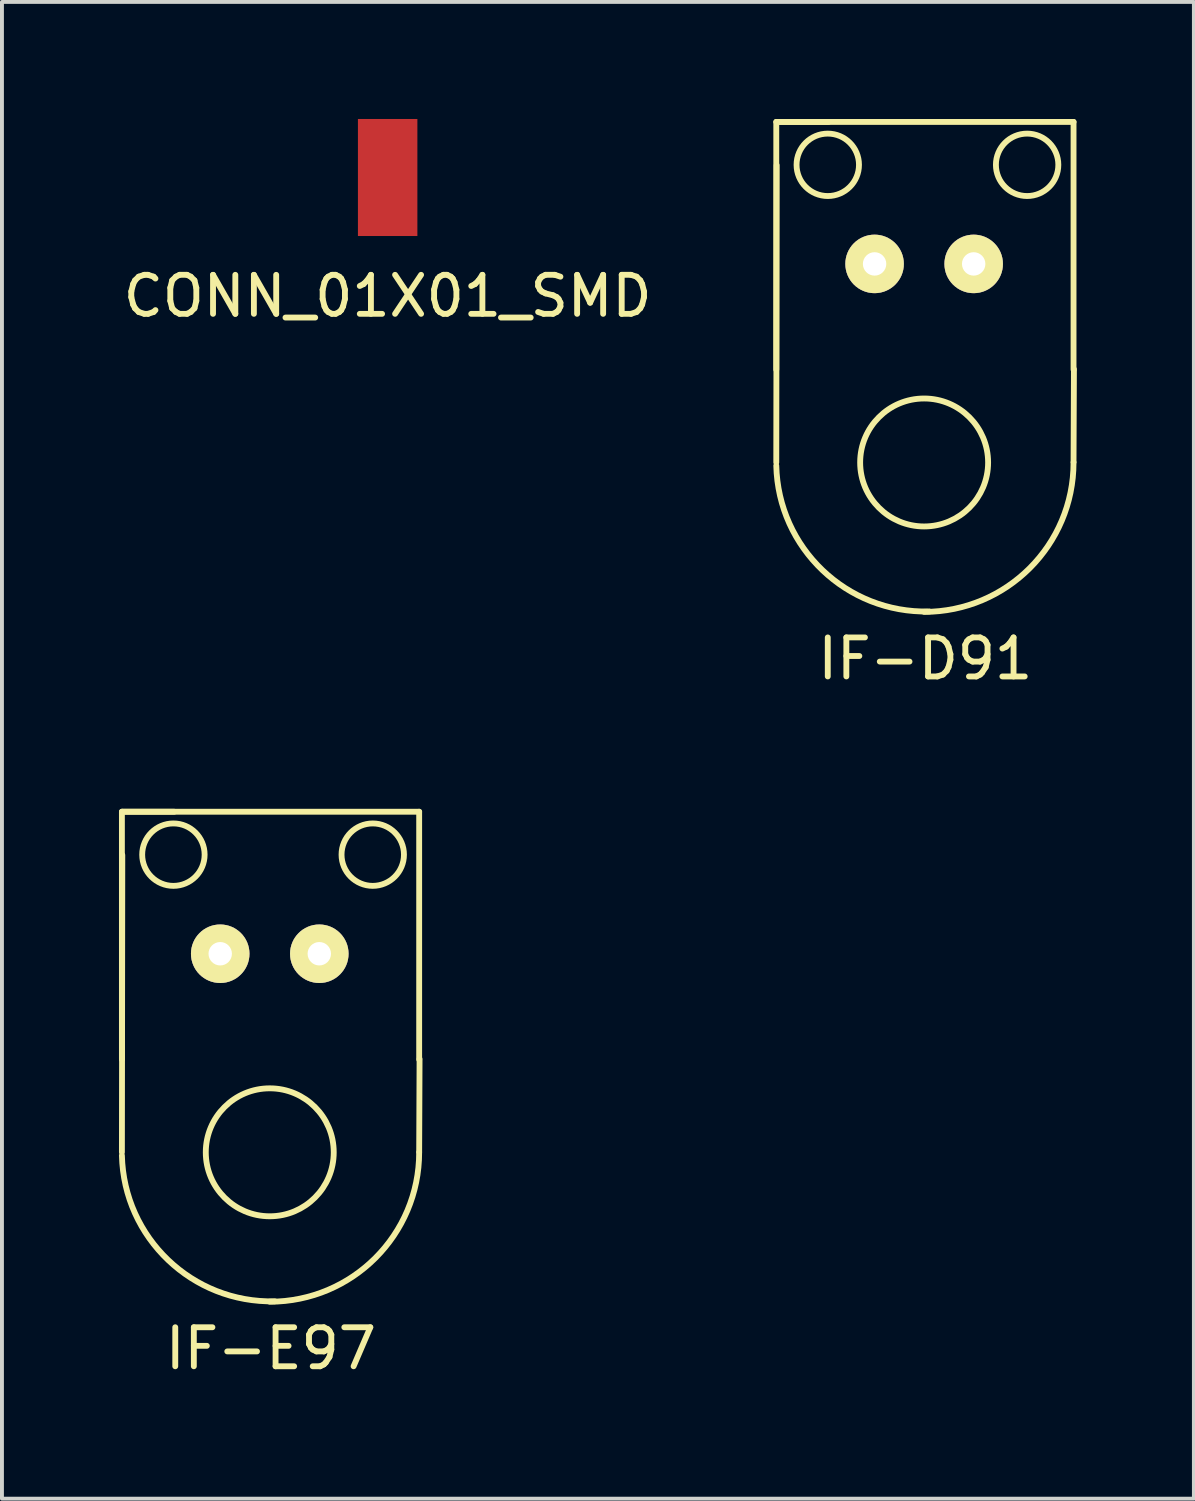
<source format=kicad_pcb>
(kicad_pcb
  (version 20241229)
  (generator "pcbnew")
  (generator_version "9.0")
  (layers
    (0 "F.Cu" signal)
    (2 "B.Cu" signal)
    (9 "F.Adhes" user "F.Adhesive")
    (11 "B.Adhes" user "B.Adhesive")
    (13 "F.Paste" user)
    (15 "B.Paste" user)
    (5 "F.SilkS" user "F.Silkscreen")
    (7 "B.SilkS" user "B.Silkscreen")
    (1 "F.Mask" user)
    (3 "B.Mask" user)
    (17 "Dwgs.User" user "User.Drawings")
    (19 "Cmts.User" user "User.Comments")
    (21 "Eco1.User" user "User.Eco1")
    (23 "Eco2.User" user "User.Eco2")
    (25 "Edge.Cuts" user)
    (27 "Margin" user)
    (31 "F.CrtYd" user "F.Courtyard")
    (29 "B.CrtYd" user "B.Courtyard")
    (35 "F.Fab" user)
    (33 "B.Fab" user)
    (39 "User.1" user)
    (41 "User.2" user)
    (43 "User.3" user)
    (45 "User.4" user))
  (footprint "IF-E97"
    (layer "F.Cu")
    (at 3.875 26.498)
    (property "Reference" "IF-E97" (at 0.02 5.02 0) (layer "F.SilkS") (effects (font (size 1 1) (thickness 0.15))))
    (attr through_hole)
    (fp_line (start -3.8 -8.74) (end 3.82 -8.74) (stroke (width 0.15) (type solid)) (layer "F.SilkS"))
    (fp_line (start -3.8 -2.39) (end -3.8 -8.74) (stroke (width 0.15) (type solid)) (layer "F.SilkS"))
    (fp_line (start -3.79 -8.74) (end -2.46 -8.74) (stroke (width 0.15) (type solid)) (layer "F.SilkS"))
    (fp_line (start -3.79 -7.63) (end -3.8 -0.01) (stroke (width 0.15) (type solid)) (layer "F.SilkS"))
    (fp_line (start 3.82 -2.39) (end 3.82 -8.74) (stroke (width 0.15) (type solid)) (layer "F.SilkS"))
    (fp_line (start 3.83 -2.4) (end 3.82 -0.02) (stroke (width 0.15) (type solid)) (layer "F.SilkS"))
    (fp_arc (start 0.12 3.81) (mid -2.614579 2.751859) (end -3.8 0.07) (stroke (width 0.15) (type solid)) (layer "F.SilkS"))
    (fp_arc (start 3.82 -0.01) (mid 2.698219 2.698219) (end -0.01 3.82) (stroke (width 0.15) (type solid)) (layer "F.SilkS"))
    (fp_circle (center -2.48 -7.64) (end -2.49 -6.84) (stroke (width 0.15) (type solid)) (fill no) (layer "F.SilkS"))
    (fp_circle (center -0.01 -0.01) (end 0 1.63) (stroke (width 0.15) (type solid)) (fill no) (layer "F.SilkS"))
    (fp_circle (center 2.63 -7.64) (end 2.63 -6.84) (stroke (width 0.15) (type solid)) (fill no) (layer "F.SilkS"))
    (pad "1" thru_hole circle (at -1.28 -5.1) (size 1.5 1.5) (drill 0.6) (layers "*.Cu" "*.Mask" "F.SilkS"))
    (pad "2" thru_hole circle (at 1.26 -5.1) (size 1.5 1.5) (drill 0.6) (layers "*.Cu" "*.Mask" "F.SilkS")))
  (footprint "CONN_01X01_SMD"
    (layer "F.Cu")
    (at 6.887 4.04)
    (property "Reference" "CONN_01X01_SMD" (at 0 0.5 0) (layer "F.SilkS") (effects (font (size 1 1) (thickness 0.15))))
    (attr through_hole)
    (pad "1" smd rect (at 0 -2.54) (size 1.524 3) (layers "F.Cu" "F.Mask" "F.Paste")))
  (footprint "IF-D91"
    (layer "F.Cu")
    (at 20.649 8.815)
    (property "Reference" "IF-D91" (at 0.02 5.02 0) (layer "F.SilkS") (effects (font (size 1 1) (thickness 0.15))))
    (attr through_hole)
    (fp_line (start -3.8 -8.74) (end 3.82 -8.74) (stroke (width 0.15) (type solid)) (layer "F.SilkS"))
    (fp_line (start -3.8 -2.39) (end -3.8 -8.74) (stroke (width 0.15) (type solid)) (layer "F.SilkS"))
    (fp_line (start -3.79 -8.74) (end -2.46 -8.74) (stroke (width 0.15) (type solid)) (layer "F.SilkS"))
    (fp_line (start -3.79 -7.63) (end -3.8 -0.01) (stroke (width 0.15) (type solid)) (layer "F.SilkS"))
    (fp_line (start 3.82 -2.39) (end 3.82 -8.74) (stroke (width 0.15) (type solid)) (layer "F.SilkS"))
    (fp_line (start 3.83 -2.4) (end 3.82 -0.02) (stroke (width 0.15) (type solid)) (layer "F.SilkS"))
    (fp_arc (start 0.12 3.81) (mid -2.614579 2.751859) (end -3.8 0.07) (stroke (width 0.15) (type solid)) (layer "F.SilkS"))
    (fp_arc (start 3.82 -0.01) (mid 2.698219 2.698219) (end -0.01 3.82) (stroke (width 0.15) (type solid)) (layer "F.SilkS"))
    (fp_circle (center -2.48 -7.64) (end -2.49 -6.84) (stroke (width 0.15) (type solid)) (fill no) (layer "F.SilkS"))
    (fp_circle (center -0.01 -0.01) (end 0 1.63) (stroke (width 0.15) (type solid)) (fill no) (layer "F.SilkS"))
    (fp_circle (center 2.63 -7.64) (end 2.63 -6.84) (stroke (width 0.15) (type solid)) (fill no) (layer "F.SilkS"))
    (pad "1" thru_hole circle (at -1.28 -5.1) (size 1.5 1.5) (drill 0.6) (layers "*.Cu" "*.Mask" "F.SilkS"))
    (pad "2" thru_hole circle (at 1.26 -5.1) (size 1.5 1.5) (drill 0.6) (layers "*.Cu" "*.Mask" "F.SilkS")))
  (gr_rect
    (start -3 -3)
    (end 27.554 35.367)
    (stroke (width 0.1) (type default))
    (fill no)
    (layer "Edge.Cuts")))
</source>
